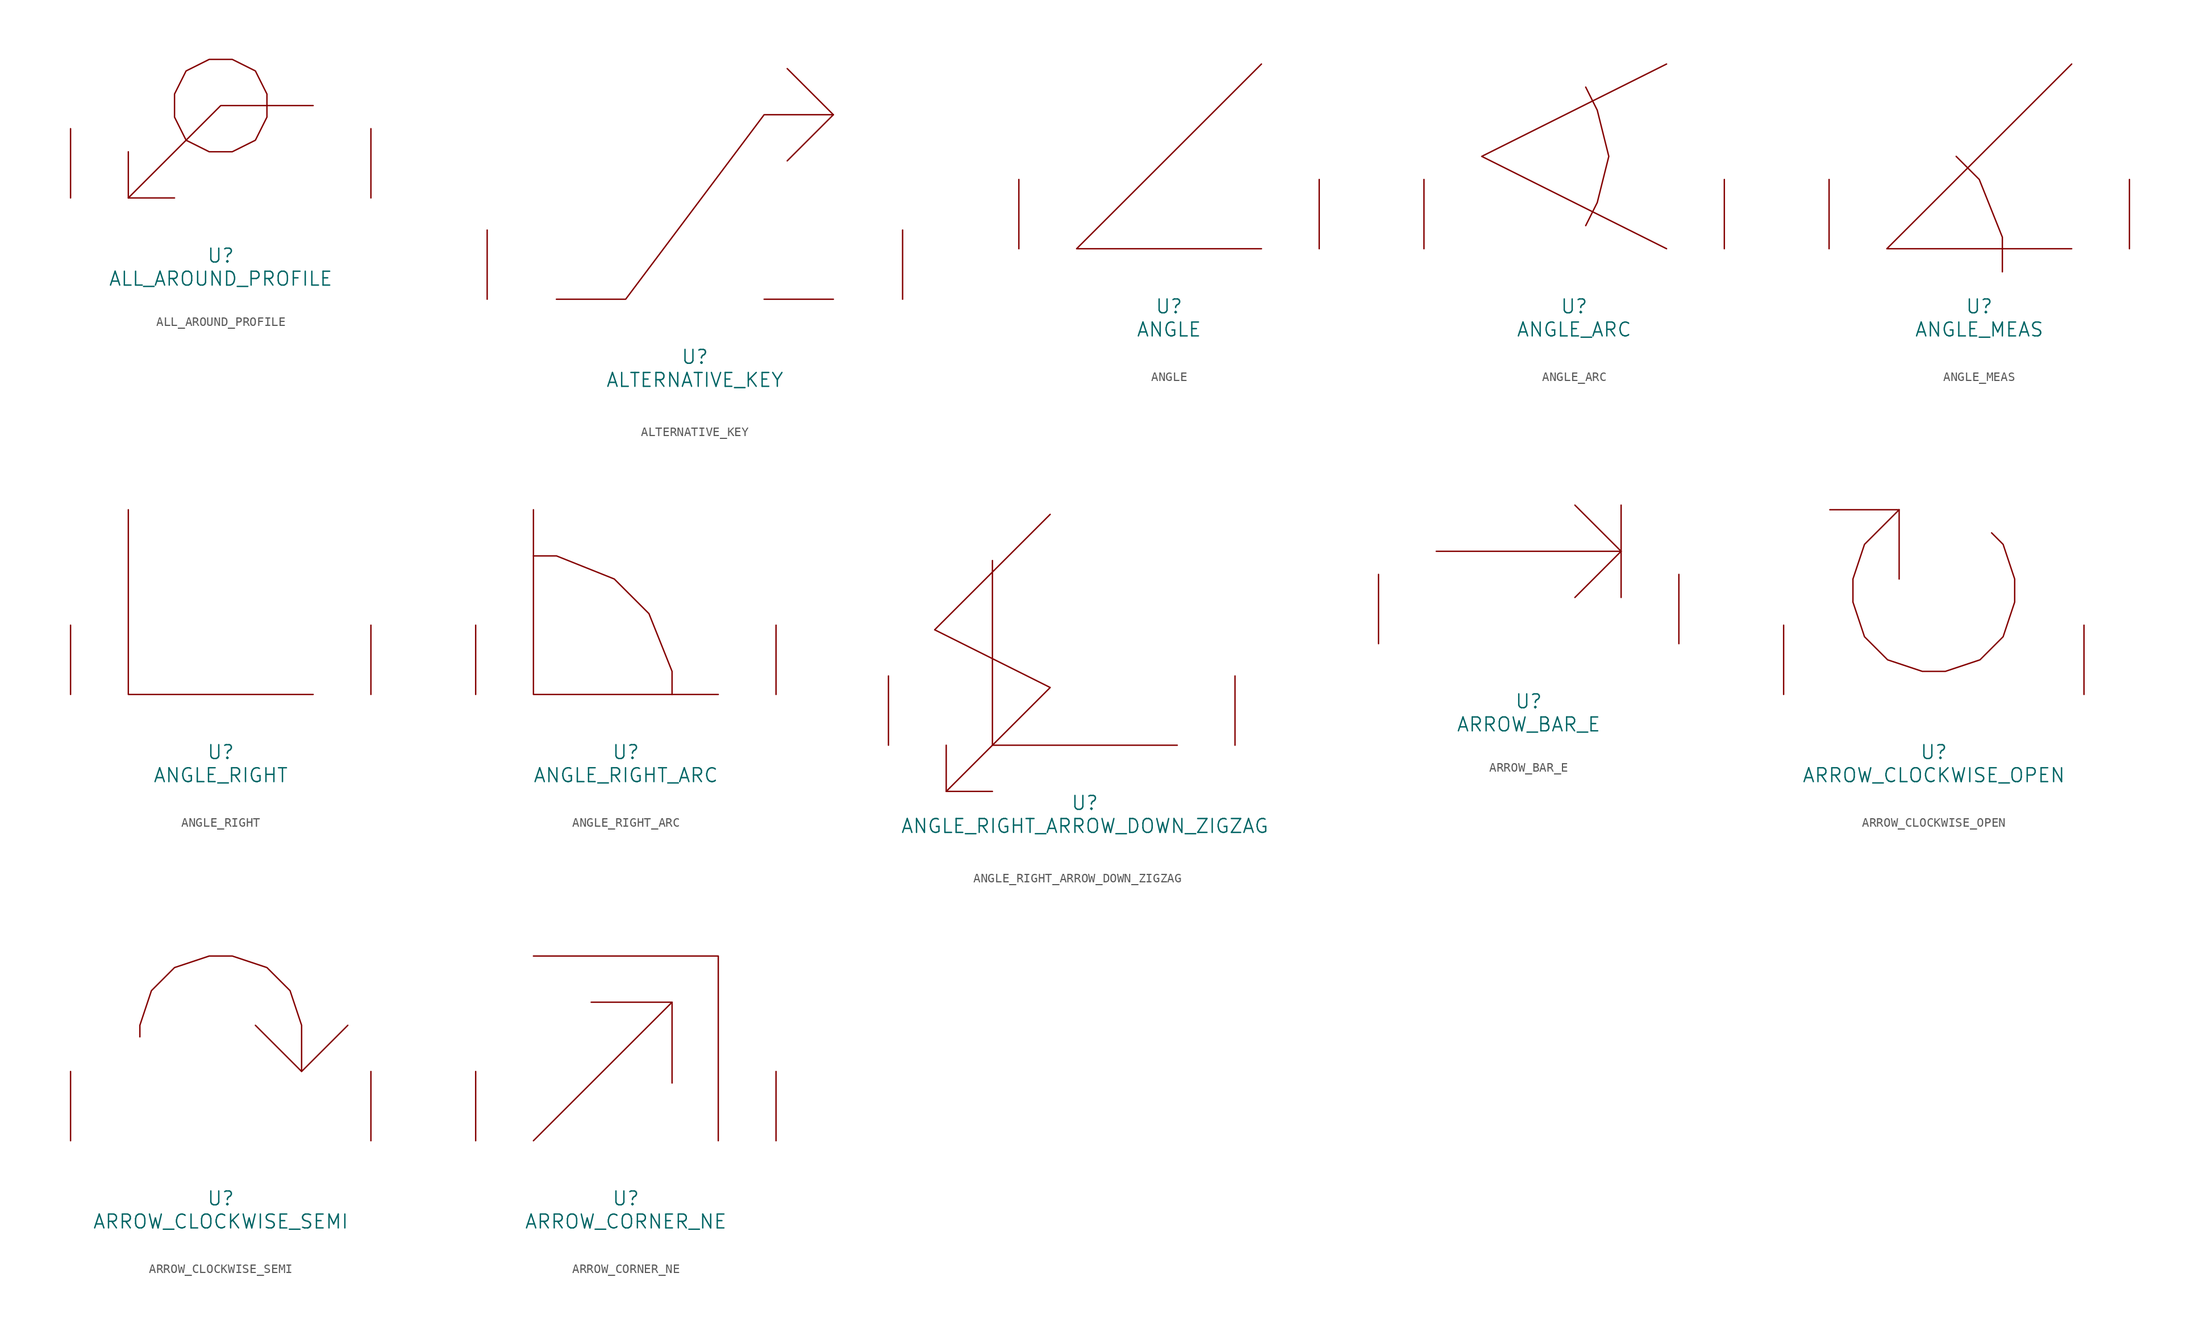
<source format=kicad_sym>
(kicad_symbol_lib
  (version 20220914)
  (generator font_lib2sym)
  (symbol "ALL_AROUND_PROFILE"
    (pin_names
      (offset 1.016))
    (property "Reference" "U"
      (at 0 -6.35 0)
      (effects (font (size 1.524 1.524))))
    (property "Value" "ALL_AROUND_PROFILE"
      (at 0 -8.89 0)
      (effects (font (size 1.524 1.524))))
    (symbol "ALL_AROUND_PROFILE_0_1"
      (polyline (pts (xy -5.08 0) (xy -10.16 0) (xy -10.16 5.08)) (stroke (width 0) (type solid)) (fill (type none)))
      (polyline (pts (xy 10.16 10.16) (xy 0 10.16) (xy -10.16 0)) (stroke (width 0) (type solid)) (fill (type none)))
      (polyline (pts (xy 5.08 11.43) (xy 3.81 13.97) (xy 1.27 15.24) (xy -1.27 15.24) (xy -3.81 13.97) (xy -5.08 11.43) (xy -5.08 8.89) (xy -3.81 6.35) (xy -1.27 5.08) (xy 1.27 5.08) (xy 3.81 6.35) (xy 5.08 8.89) (xy 5.08 11.43)) (stroke (width 0) (type solid)) (fill (type none)))
      (pin input line (at -16.51 0 90) (length 7.62) (name "~" (effects (font (size 1.27 1.27)))) (number "~" (effects (font (size 1.27 1.27)))))
      (pin input line (at 16.51 0 90) (length 7.62) (name "~" (effects (font (size 1.27 1.27)))) (number "~" (effects (font (size 1.27 1.27)))))))
  (symbol "ALTERNATIVE_KEY"
    (pin_names
      (offset 1.016))
    (property "Reference" "U"
      (at 0 -6.35 0)
      (effects (font (size 1.524 1.524))))
    (property "Value" "ALTERNATIVE_KEY"
      (at 0 -8.89 0)
      (effects (font (size 1.524 1.524))))
    (symbol "ALTERNATIVE_KEY_0_1"
      (polyline (pts (xy 7.62 0) (xy 15.24 0)) (stroke (width 0) (type solid)) (fill (type none)))
      (polyline (pts (xy 10.16 15.24) (xy 15.24 20.32) (xy 10.16 25.4)) (stroke (width 0) (type solid)) (fill (type none)))
      (polyline (pts (xy -15.24 0) (xy -7.62 0) (xy 7.62 20.32) (xy 15.24 20.32)) (stroke (width 0) (type solid)) (fill (type none)))
      (pin input line (at -22.86 0 90) (length 7.62) (name "~" (effects (font (size 1.27 1.27)))) (number "~" (effects (font (size 1.27 1.27)))))
      (pin input line (at 22.86 0 90) (length 7.62) (name "~" (effects (font (size 1.27 1.27)))) (number "~" (effects (font (size 1.27 1.27)))))))
  (symbol "ANGLE"
    (pin_names
      (offset 1.016))
    (property "Reference" "U"
      (at 0 -6.35 0)
      (effects (font (size 1.524 1.524))))
    (property "Value" "ANGLE"
      (at 0 -8.89 0)
      (effects (font (size 1.524 1.524))))
    (symbol "ANGLE_0_1"
      (polyline (pts (xy 10.16 20.32) (xy -10.16 0) (xy 10.16 0)) (stroke (width 0) (type solid)) (fill (type none)))
      (pin input line (at -16.51 0 90) (length 7.62) (name "~" (effects (font (size 1.27 1.27)))) (number "~" (effects (font (size 1.27 1.27)))))
      (pin input line (at 16.51 0 90) (length 7.62) (name "~" (effects (font (size 1.27 1.27)))) (number "~" (effects (font (size 1.27 1.27)))))))
  (symbol "ANGLE_ARC"
    (pin_names
      (offset 1.016))
    (property "Reference" "U"
      (at 0 -6.35 0)
      (effects (font (size 1.524 1.524))))
    (property "Value" "ANGLE_ARC"
      (at 0 -8.89 0)
      (effects (font (size 1.524 1.524))))
    (symbol "ANGLE_ARC_0_1"
      (polyline (pts (xy 10.16 0) (xy -10.16 10.16) (xy 10.16 20.32)) (stroke (width 0) (type solid)) (fill (type none)))
      (polyline (pts (xy 1.27 2.54) (xy 2.54 5.08) (xy 3.81 10.16) (xy 2.54 15.24) (xy 1.27 17.78)) (stroke (width 0) (type solid)) (fill (type none)))
      (pin input line (at -16.51 0 90) (length 7.62) (name "~" (effects (font (size 1.27 1.27)))) (number "~" (effects (font (size 1.27 1.27)))))
      (pin input line (at 16.51 0 90) (length 7.62) (name "~" (effects (font (size 1.27 1.27)))) (number "~" (effects (font (size 1.27 1.27)))))))
  (symbol "ANGLE_MEAS"
    (pin_names
      (offset 1.016))
    (property "Reference" "U"
      (at 0 -6.35 0)
      (effects (font (size 1.524 1.524))))
    (property "Value" "ANGLE_MEAS"
      (at 0 -8.89 0)
      (effects (font (size 1.524 1.524))))
    (symbol "ANGLE_MEAS_0_1"
      (polyline (pts (xy 10.16 20.32) (xy -10.16 0) (xy 10.16 0)) (stroke (width 0) (type solid)) (fill (type none)))
      (polyline (pts (xy -2.54 10.16) (xy 0 7.62) (xy 2.54 1.27) (xy 2.54 -2.54)) (stroke (width 0) (type solid)) (fill (type none)))
      (pin input line (at -16.51 0 90) (length 7.62) (name "~" (effects (font (size 1.27 1.27)))) (number "~" (effects (font (size 1.27 1.27)))))
      (pin input line (at 16.51 0 90) (length 7.62) (name "~" (effects (font (size 1.27 1.27)))) (number "~" (effects (font (size 1.27 1.27)))))))
  (symbol "ANGLE_RIGHT"
    (pin_names
      (offset 1.016))
    (property "Reference" "U"
      (at 0 -6.35 0)
      (effects (font (size 1.524 1.524))))
    (property "Value" "ANGLE_RIGHT"
      (at 0 -8.89 0)
      (effects (font (size 1.524 1.524))))
    (symbol "ANGLE_RIGHT_0_1"
      (polyline (pts (xy -10.16 20.32) (xy -10.16 0) (xy 10.16 0)) (stroke (width 0) (type solid)) (fill (type none)))
      (pin input line (at -16.51 0 90) (length 7.62) (name "~" (effects (font (size 1.27 1.27)))) (number "~" (effects (font (size 1.27 1.27)))))
      (pin input line (at 16.51 0 90) (length 7.62) (name "~" (effects (font (size 1.27 1.27)))) (number "~" (effects (font (size 1.27 1.27)))))))
  (symbol "ANGLE_RIGHT_ARC"
    (pin_names
      (offset 1.016))
    (property "Reference" "U"
      (at 0 -6.35 0)
      (effects (font (size 1.524 1.524))))
    (property "Value" "ANGLE_RIGHT_ARC"
      (at 0 -8.89 0)
      (effects (font (size 1.524 1.524))))
    (symbol "ANGLE_RIGHT_ARC_0_1"
      (polyline (pts (xy -10.16 20.32) (xy -10.16 0) (xy 10.16 0)) (stroke (width 0) (type solid)) (fill (type none)))
      (polyline (pts (xy -10.16 15.24) (xy -7.62 15.24) (xy -1.27 12.7) (xy 2.54 8.89) (xy 5.08 2.54) (xy 5.08 0)) (stroke (width 0) (type solid)) (fill (type none)))
      (pin input line (at -16.51 0 90) (length 7.62) (name "~" (effects (font (size 1.27 1.27)))) (number "~" (effects (font (size 1.27 1.27)))))
      (pin input line (at 16.51 0 90) (length 7.62) (name "~" (effects (font (size 1.27 1.27)))) (number "~" (effects (font (size 1.27 1.27)))))))
  (symbol "ANGLE_RIGHT_ARROW_DOWN_ZIGZAG"
    (pin_names
      (offset 1.016))
    (property "Reference" "U"
      (at 0 -6.35 0)
      (effects (font (size 1.524 1.524))))
    (property "Value" "ANGLE_RIGHT_ARROW_DOWN_ZIGZAG"
      (at 0 -8.89 0)
      (effects (font (size 1.524 1.524))))
    (symbol "ANGLE_RIGHT_ARROW_DOWN_ZIGZAG_0_1"
      (polyline (pts (xy -10.16 -5.08) (xy -15.24 -5.08) (xy -15.24 0)) (stroke (width 0) (type solid)) (fill (type none)))
      (polyline (pts (xy -10.16 20.32) (xy -10.16 0) (xy 10.16 0)) (stroke (width 0) (type solid)) (fill (type none)))
      (polyline (pts (xy -15.24 -5.08) (xy -3.81 6.35) (xy -16.51 12.7) (xy -3.81 25.4)) (stroke (width 0) (type solid)) (fill (type none)))
      (pin input line (at -21.59 0 90) (length 7.62) (name "~" (effects (font (size 1.27 1.27)))) (number "~" (effects (font (size 1.27 1.27)))))
      (pin input line (at 16.51 0 90) (length 7.62) (name "~" (effects (font (size 1.27 1.27)))) (number "~" (effects (font (size 1.27 1.27)))))))
  (symbol "ARROW_BAR_E"
    (pin_names
      (offset 1.016))
    (property "Reference" "U"
      (at 0 -6.35 0)
      (effects (font (size 1.524 1.524))))
    (property "Value" "ARROW_BAR_E"
      (at 0 -8.89 0)
      (effects (font (size 1.524 1.524))))
    (symbol "ARROW_BAR_E_0_1"
      (polyline (pts (xy -10.16 10.16) (xy 10.16 10.16)) (stroke (width 0) (type solid)) (fill (type none)))
      (polyline (pts (xy 10.16 15.24) (xy 10.16 5.08)) (stroke (width 0) (type solid)) (fill (type none)))
      (polyline (pts (xy 5.08 5.08) (xy 10.16 10.16) (xy 5.08 15.24)) (stroke (width 0) (type solid)) (fill (type none)))
      (pin input line (at -16.51 0 90) (length 7.62) (name "~" (effects (font (size 1.27 1.27)))) (number "~" (effects (font (size 1.27 1.27)))))
      (pin input line (at 16.51 0 90) (length 7.62) (name "~" (effects (font (size 1.27 1.27)))) (number "~" (effects (font (size 1.27 1.27)))))))
  (symbol "ARROW_CLOCKWISE_OPEN"
    (pin_names
      (offset 1.016))
    (property "Reference" "U"
      (at 0 -6.35 0)
      (effects (font (size 1.524 1.524))))
    (property "Value" "ARROW_CLOCKWISE_OPEN"
      (at 0 -8.89 0)
      (effects (font (size 1.524 1.524))))
    (symbol "ARROW_CLOCKWISE_OPEN_0_1"
      (polyline (pts (xy -11.43 20.32) (xy -3.81 20.32) (xy -3.81 12.7)) (stroke (width 0) (type solid)) (fill (type none)))
      (polyline (pts (xy 6.35 17.78) (xy 7.62 16.51) (xy 8.89 12.7) (xy 8.89 10.16) (xy 7.62 6.35) (xy 5.08 3.81) (xy 1.27 2.54) (xy -1.27 2.54) (xy -5.08 3.81) (xy -7.62 6.35) (xy -8.89 10.16) (xy -8.89 12.7) (xy -7.62 16.51) (xy -3.81 20.32)) (stroke (width 0) (type solid)) (fill (type none)))
      (pin input line (at -16.51 0 90) (length 7.62) (name "~" (effects (font (size 1.27 1.27)))) (number "~" (effects (font (size 1.27 1.27)))))
      (pin input line (at 16.51 0 90) (length 7.62) (name "~" (effects (font (size 1.27 1.27)))) (number "~" (effects (font (size 1.27 1.27)))))))
  (symbol "ARROW_CLOCKWISE_SEMI"
    (pin_names
      (offset 1.016))
    (property "Reference" "U"
      (at 0 -6.35 0)
      (effects (font (size 1.524 1.524))))
    (property "Value" "ARROW_CLOCKWISE_SEMI"
      (at 0 -8.89 0)
      (effects (font (size 1.524 1.524))))
    (symbol "ARROW_CLOCKWISE_SEMI_0_1"
      (polyline (pts (xy 3.81 12.7) (xy 8.89 7.62) (xy 13.97 12.7)) (stroke (width 0) (type solid)) (fill (type none)))
      (polyline (pts (xy -8.89 11.43) (xy -8.89 12.7) (xy -7.62 16.51) (xy -5.08 19.05) (xy -1.27 20.32) (xy 1.27 20.32) (xy 5.08 19.05) (xy 7.62 16.51) (xy 8.89 12.7) (xy 8.89 7.62)) (stroke (width 0) (type solid)) (fill (type none)))
      (pin input line (at -16.51 0 90) (length 7.62) (name "~" (effects (font (size 1.27 1.27)))) (number "~" (effects (font (size 1.27 1.27)))))
      (pin input line (at 16.51 0 90) (length 7.62) (name "~" (effects (font (size 1.27 1.27)))) (number "~" (effects (font (size 1.27 1.27)))))))
  (symbol "ARROW_CORNER_NE"
    (pin_names
      (offset 1.016))
    (property "Reference" "U"
      (at 0 -6.35 0)
      (effects (font (size 1.524 1.524))))
    (property "Value" "ARROW_CORNER_NE"
      (at 0 -8.89 0)
      (effects (font (size 1.524 1.524))))
    (symbol "ARROW_CORNER_NE_0_1"
      (polyline (pts (xy -10.16 0) (xy 5.08 15.24)) (stroke (width 0) (type solid)) (fill (type none)))
      (polyline (pts (xy -10.16 20.32) (xy 10.16 20.32) (xy 10.16 0)) (stroke (width 0) (type solid)) (fill (type none)))
      (polyline (pts (xy -3.81 15.24) (xy 5.08 15.24) (xy 5.08 6.35)) (stroke (width 0) (type solid)) (fill (type none)))
      (pin input line (at -16.51 0 90) (length 7.62) (name "~" (effects (font (size 1.27 1.27)))) (number "~" (effects (font (size 1.27 1.27)))))
      (pin input line (at 16.51 0 90) (length 7.62) (name "~" (effects (font (size 1.27 1.27)))) (number "~" (effects (font (size 1.27 1.27))))))))
</source>
